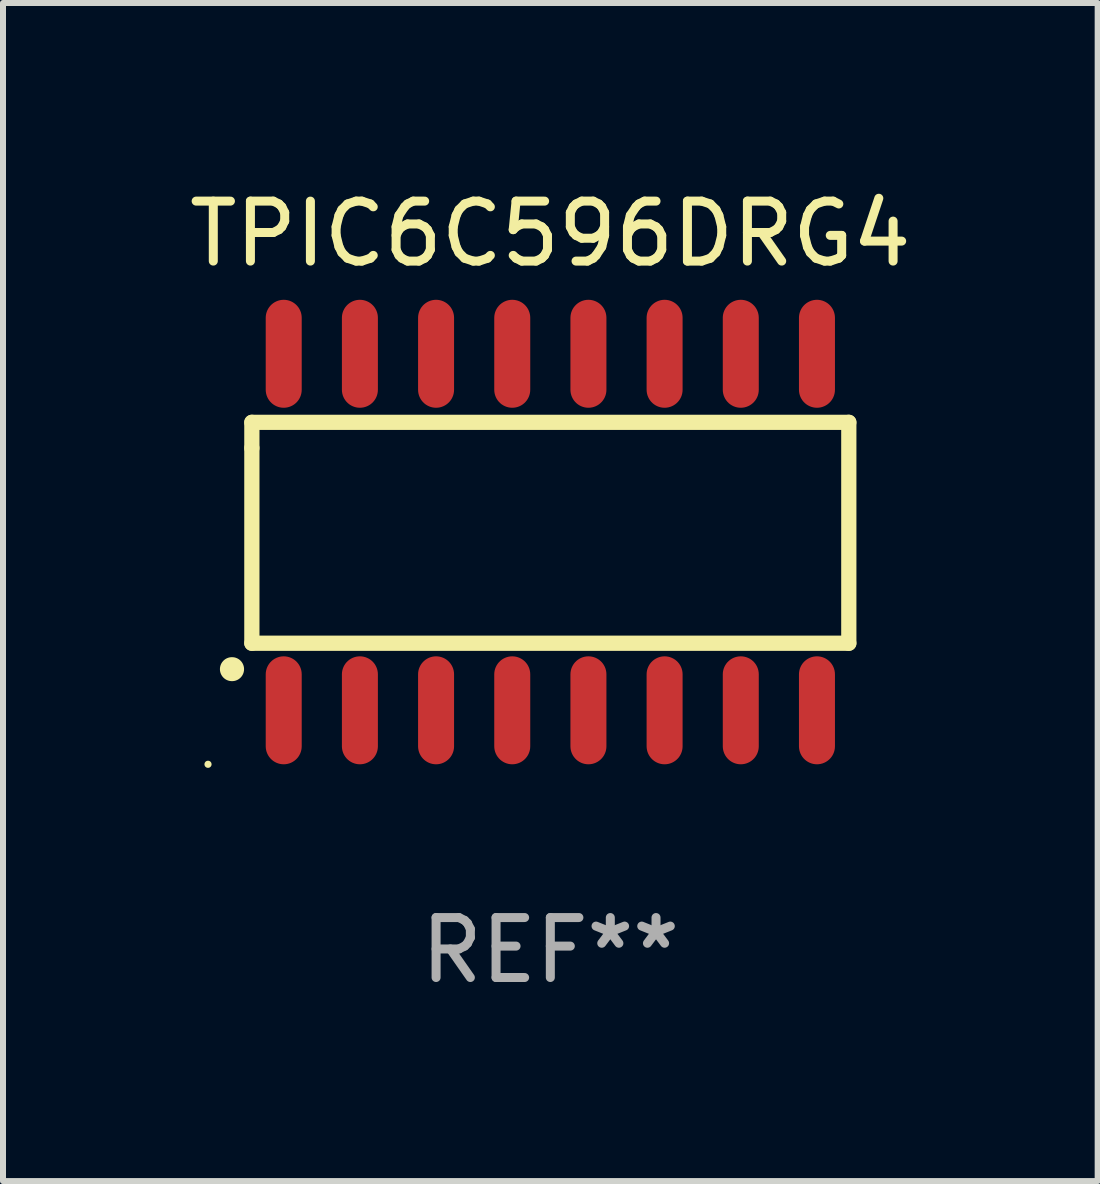
<source format=kicad_pcb>
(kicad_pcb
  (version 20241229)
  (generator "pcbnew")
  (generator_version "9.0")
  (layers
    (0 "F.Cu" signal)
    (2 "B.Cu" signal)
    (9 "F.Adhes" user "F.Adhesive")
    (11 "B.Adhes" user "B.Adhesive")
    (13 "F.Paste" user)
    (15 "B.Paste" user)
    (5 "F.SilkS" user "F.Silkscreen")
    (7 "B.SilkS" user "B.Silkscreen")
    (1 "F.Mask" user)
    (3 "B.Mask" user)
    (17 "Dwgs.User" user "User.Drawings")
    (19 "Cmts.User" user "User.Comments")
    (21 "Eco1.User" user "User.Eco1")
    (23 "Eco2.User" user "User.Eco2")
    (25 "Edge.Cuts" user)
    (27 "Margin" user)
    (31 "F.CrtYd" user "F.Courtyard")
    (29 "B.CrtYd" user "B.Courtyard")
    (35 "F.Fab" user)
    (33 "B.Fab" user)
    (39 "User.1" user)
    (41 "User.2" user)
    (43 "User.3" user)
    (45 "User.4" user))
  (footprint "TPIC6C596DRG4"
    (layer "F.Cu")
    (at 6.125 5.82)
    (property "Reference" "TPIC6C596DRG4" (at 0 -4.972 0) (layer "F.SilkS") (effects (font (size 1 1) (thickness 0.15))))
    (attr through_hole)
    (fp_line (start -4.976 -1.829) (end -4.976 -1.4) (stroke (width 0.254) (type solid)) (layer "F.SilkS"))
    (fp_line (start -4.976 -1.4) (end -4.976 1.854) (stroke (width 0.254) (type solid)) (layer "F.SilkS"))
    (fp_line (start -4.976 1.854) (end 4.976 1.854) (stroke (width 0.254) (type solid)) (layer "F.SilkS"))
    (fp_line (start 4.976 -1.829) (end -4.976 -1.829) (stroke (width 0.254) (type solid)) (layer "F.SilkS"))
    (fp_line (start 4.976 1.854) (end 4.976 -1.829) (stroke (width 0.254) (type solid)) (layer "F.SilkS"))
    (fp_arc (start -5.308611 2.286005) (mid -5.307341 2.286001) (end -5.306071 2.286005) (stroke (width 0.4) (type solid)) (layer "F.SilkS"))
    (fp_circle (center -5.707 3.872) (end -5.677 3.872) (stroke (width 0.06) (type solid)) (fill no) (layer "F.SilkS"))
    (fp_text user "REF**" (at 0 6.972 0) (layer "F.Fab") (effects (font (size 1 1) (thickness 0.15))))
    (pad "1" smd oval (at -4.445 2.972 180) (size 0.6 1.8) (layers "F.Cu" "F.Mask" "F.Paste"))
    (pad "2" smd oval (at -3.175 2.972 180) (size 0.6 1.8) (layers "F.Cu" "F.Mask" "F.Paste"))
    (pad "3" smd oval (at -1.905 2.972 180) (size 0.6 1.8) (layers "F.Cu" "F.Mask" "F.Paste"))
    (pad "4" smd oval (at -0.635 2.972 180) (size 0.6 1.8) (layers "F.Cu" "F.Mask" "F.Paste"))
    (pad "5" smd oval (at 0.635 2.972 180) (size 0.6 1.8) (layers "F.Cu" "F.Mask" "F.Paste"))
    (pad "6" smd oval (at 1.905 2.972 180) (size 0.6 1.8) (layers "F.Cu" "F.Mask" "F.Paste"))
    (pad "7" smd oval (at 3.175 2.972 180) (size 0.6 1.8) (layers "F.Cu" "F.Mask" "F.Paste"))
    (pad "8" smd oval (at 4.445 2.972 180) (size 0.6 1.8) (layers "F.Cu" "F.Mask" "F.Paste"))
    (pad "9" smd oval (at 4.445 -2.972 180) (size 0.6 1.8) (layers "F.Cu" "F.Mask" "F.Paste"))
    (pad "10" smd oval (at 3.175 -2.972 180) (size 0.6 1.8) (layers "F.Cu" "F.Mask" "F.Paste"))
    (pad "11" smd oval (at 1.905 -2.972 180) (size 0.6 1.8) (layers "F.Cu" "F.Mask" "F.Paste"))
    (pad "12" smd oval (at 0.635 -2.972 180) (size 0.6 1.8) (layers "F.Cu" "F.Mask" "F.Paste"))
    (pad "13" smd oval (at -0.635 -2.972 180) (size 0.6 1.8) (layers "F.Cu" "F.Mask" "F.Paste"))
    (pad "14" smd oval (at -1.905 -2.972 180) (size 0.6 1.8) (layers "F.Cu" "F.Mask" "F.Paste"))
    (pad "15" smd oval (at -3.175 -2.972 180) (size 0.6 1.8) (layers "F.Cu" "F.Mask" "F.Paste"))
    (pad "16" smd oval (at -4.445 -2.972 180) (size 0.6 1.8) (layers "F.Cu" "F.Mask" "F.Paste")))
  (gr_rect
    (start -3 -3)
    (end 15.25 16.64)
    (stroke (width 0.1) (type default))
    (fill no)
    (layer "Edge.Cuts")))
</source>
